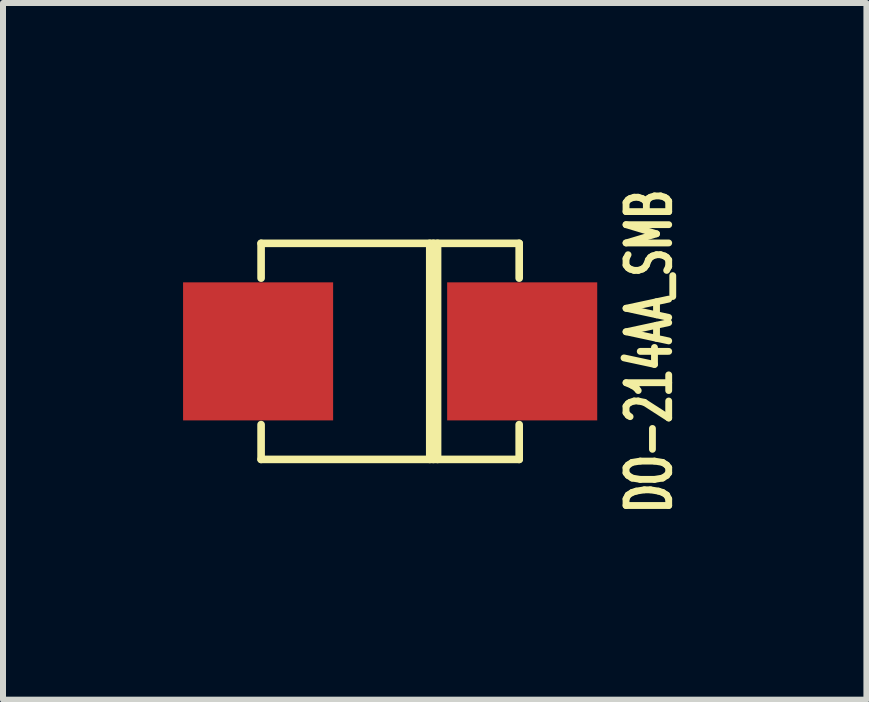
<source format=kicad_pcb>
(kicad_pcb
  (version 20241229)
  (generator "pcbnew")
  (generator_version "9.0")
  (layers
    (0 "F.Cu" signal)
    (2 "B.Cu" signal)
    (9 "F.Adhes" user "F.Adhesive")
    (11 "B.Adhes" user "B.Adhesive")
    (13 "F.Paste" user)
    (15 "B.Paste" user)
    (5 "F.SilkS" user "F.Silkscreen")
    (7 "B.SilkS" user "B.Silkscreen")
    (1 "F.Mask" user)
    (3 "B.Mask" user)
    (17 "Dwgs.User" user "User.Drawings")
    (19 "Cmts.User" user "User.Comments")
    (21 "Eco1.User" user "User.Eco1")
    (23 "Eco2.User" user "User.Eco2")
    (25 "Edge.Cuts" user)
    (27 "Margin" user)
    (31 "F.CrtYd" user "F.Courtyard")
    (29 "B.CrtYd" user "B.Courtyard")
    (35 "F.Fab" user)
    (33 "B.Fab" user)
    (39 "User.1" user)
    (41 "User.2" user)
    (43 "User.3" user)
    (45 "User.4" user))
  (footprint "DO-214AA_SMB"
    (layer "F.Cu")
    (at 3.45 2.804)
    (property "Reference" "DO-214AA_SMB" (at 4.318 0 270) (layer "F.SilkS") (effects (font (size 0.711 0.457) (thickness 0.114))))
    (attr smd)
    (fp_line (start -2.15 -1.8) (end -2.15 -1.22) (stroke (width 0.127) (type solid)) (layer "F.SilkS"))
    (fp_line (start -2.15 -1.8) (end 2.15 -1.8) (stroke (width 0.127) (type solid)) (layer "F.SilkS"))
    (fp_line (start -2.15 1.8) (end -2.15 1.22) (stroke (width 0.127) (type solid)) (layer "F.SilkS"))
    (fp_line (start -2.15 1.8) (end 2.15 1.8) (stroke (width 0.127) (type solid)) (layer "F.SilkS"))
    (fp_line (start 0.66 -1.8) (end 0.66 1.8) (stroke (width 0.127) (type solid)) (layer "F.SilkS"))
    (fp_line (start 0.72 1.8) (end 0.72 -1.8) (stroke (width 0.127) (type solid)) (layer "F.SilkS"))
    (fp_line (start 0.79 -1.8) (end 0.79 1.8) (stroke (width 0.127) (type solid)) (layer "F.SilkS"))
    (fp_line (start 2.15 -1.8) (end 2.15 -1.22) (stroke (width 0.127) (type solid)) (layer "F.SilkS"))
    (fp_line (start 2.15 1.8) (end 2.15 1.22) (stroke (width 0.127) (type solid)) (layer "F.SilkS"))
    (pad "1" smd rect (at -2.2 0) (size 2.5 2.3) (layers "F.Cu" "F.Mask" "F.Paste"))
    (pad "2" smd rect (at 2.2 0) (size 2.5 2.3) (layers "F.Cu" "F.Mask" "F.Paste")))
  (gr_rect
    (start -3 -3)
    (end 11.385 8.607)
    (stroke (width 0.1) (type default))
    (fill no)
    (layer "Edge.Cuts")))
</source>
